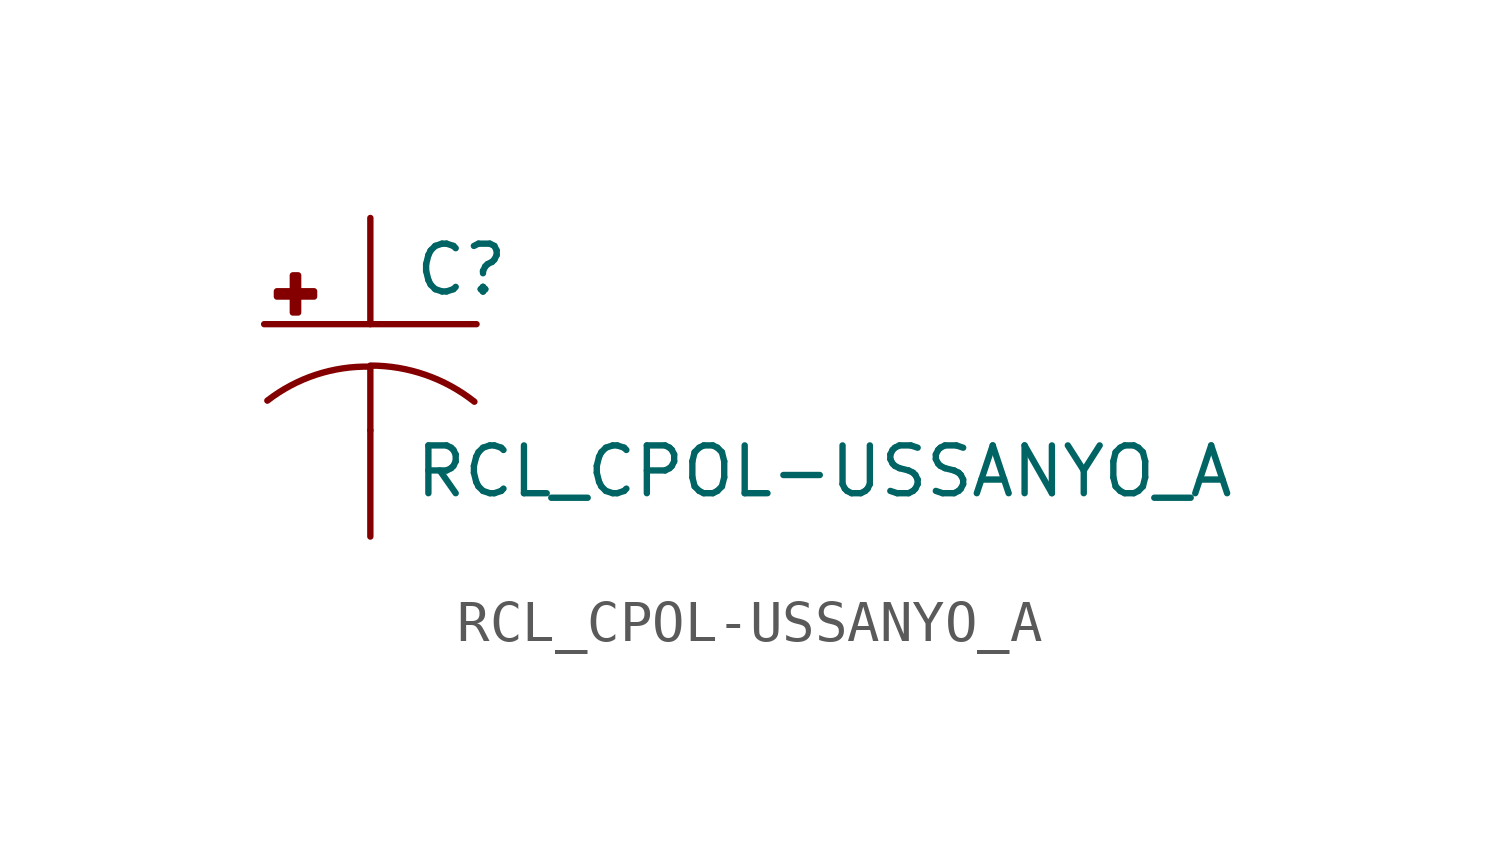
<source format=kicad_sym>
(kicad_symbol_lib
  (version 20210619)
  (generator kicad_symbol_editor)
  (symbol "RCL_CPOL-USSANYO_A"
    (pin_numbers hide)
    (pin_names
      (offset 1.016) hide)
    (property "Reference" "C"
      (at 1.016 0.635 0)
      (effects (font (size 1.143 1.143)) (justify left bottom)))
    (property "Value" "RCL_CPOL-USSANYO_A"
      (at 1.016 -4.191 0)
      (effects (font (size 1.143 1.143)) (justify left bottom)))
    (property "ki_locked" ""
      (at 0 0 0)
      (effects (font (size 1.27 1.27))))
    (symbol "RCL_CPOL-USSANYO_A_1_0"
      (polyline (pts (xy -2.54 0) (xy 2.54 0)) (stroke (width 0)) (fill (type none)))
      (polyline (pts (xy 0 -1.016) (xy 0 -2.54)) (stroke (width 0)) (fill (type none)))
      (polyline (pts (xy 0 -1.016) (xy 0 -1.016)) (stroke (width 0)) (fill (type none))))
    (symbol "RCL_CPOL-USSANYO_A_1_1"
      (arc (start 0 -1.016) (end -2.4638 -1.8288) (radius (at 0 -5.0546) (length 4.0386) (angles 90.1 127.3)) (stroke (width 0)) (fill (type none)))
      (arc (start 2.4892 -1.8542) (end 0 -0.9906) (radius (at 0 -5.0292) (length 4.0386) (angles 52.3 89.9)) (stroke (width 0)) (fill (type none)))
      (rectangle (start -2.235 0.66) (end -1.346 0.787) (stroke (width 0)) (fill (type outline)))
      (rectangle (start -1.854 0.279) (end -1.727 1.168) (stroke (width 0)) (fill (type outline)))
      (pin passive line (at 0 2.54 270) (length 2.54) (name "+" (effects (font (size 1.016 1.016)))) (number "+" (effects (font (size 1.016 1.016)))))
      (pin passive line (at 0 -5.08 90) (length 2.54) (name "-" (effects (font (size 1.016 1.016)))) (number "-" (effects (font (size 1.016 1.016))))))))
</source>
